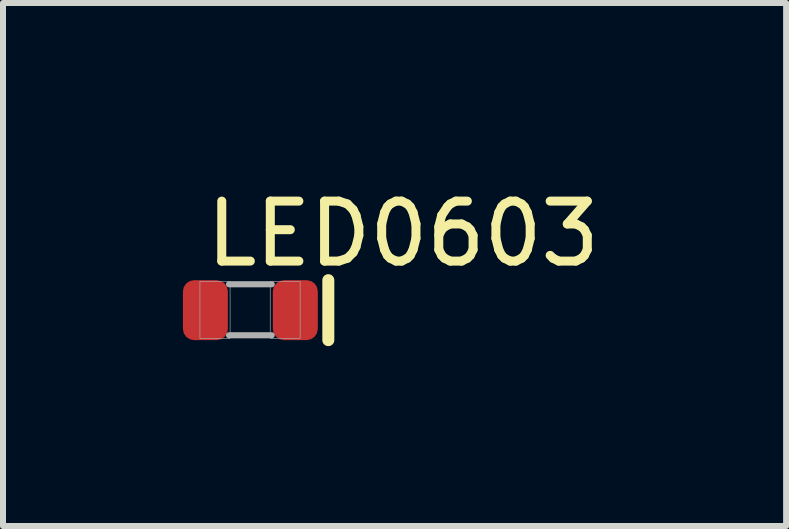
<source format=kicad_pcb>
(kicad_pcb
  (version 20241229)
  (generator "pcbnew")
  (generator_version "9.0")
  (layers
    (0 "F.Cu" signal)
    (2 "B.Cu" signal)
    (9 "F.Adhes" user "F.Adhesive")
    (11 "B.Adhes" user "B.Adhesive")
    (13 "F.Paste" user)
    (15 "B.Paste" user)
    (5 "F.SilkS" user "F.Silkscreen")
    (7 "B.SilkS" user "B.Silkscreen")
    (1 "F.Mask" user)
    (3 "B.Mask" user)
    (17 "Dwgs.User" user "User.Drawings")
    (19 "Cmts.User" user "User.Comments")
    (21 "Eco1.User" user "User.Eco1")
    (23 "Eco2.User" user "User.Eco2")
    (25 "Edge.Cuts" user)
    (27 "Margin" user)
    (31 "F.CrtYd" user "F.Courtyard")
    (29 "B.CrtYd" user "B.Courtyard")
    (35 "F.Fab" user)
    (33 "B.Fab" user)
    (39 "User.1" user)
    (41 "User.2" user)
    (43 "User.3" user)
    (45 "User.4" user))
  (footprint "LED0603"
    (layer "F.Cu")
    (at 1.125 2.122)
    (property "Reference" "LED0603" (at 2.547 -1.273 0) (layer "F.SilkS") (effects (font (size 1 1) (thickness 0.15))))
    (attr through_hole)
    (fp_line (start 1.3 -0.5) (end 1.3 0.5) (stroke (width 0.2) (type solid)) (layer "F.SilkS"))
    (fp_line (start -0.356 -0.432) (end 0.356 -0.432) (stroke (width 0.102) (type solid)) (layer "F.Fab"))
    (fp_line (start -0.356 0.419) (end 0.356 0.419) (stroke (width 0.102) (type solid)) (layer "F.Fab"))
    (fp_poly (pts (xy -0.841 -0.48) (xy -0.338 -0.48) (xy -0.338 0.471) (xy -0.841 0.471)) (stroke (width 0.01) (type solid)) (fill no) (layer "F.Fab"))
    (fp_poly (pts (xy 0.331 -0.48) (xy 0.83 -0.48) (xy 0.83 0.471) (xy 0.331 0.471)) (stroke (width 0.01) (type solid)) (fill no) (layer "F.Fab"))
    (pad "1" smd roundrect (at -0.75 0) (size 0.75 1) (layers "F.Cu" "F.Mask" "F.Paste") (roundrect_rratio 0.25))
    (pad "2" smd roundrect (at 0.75 0) (size 0.75 1) (layers "F.Cu" "F.Mask" "F.Paste") (roundrect_rratio 0.25)))
  (gr_rect
    (start -3 -3)
    (end 10.059 5.722)
    (stroke (width 0.1) (type default))
    (fill no)
    (layer "Edge.Cuts")))
</source>
